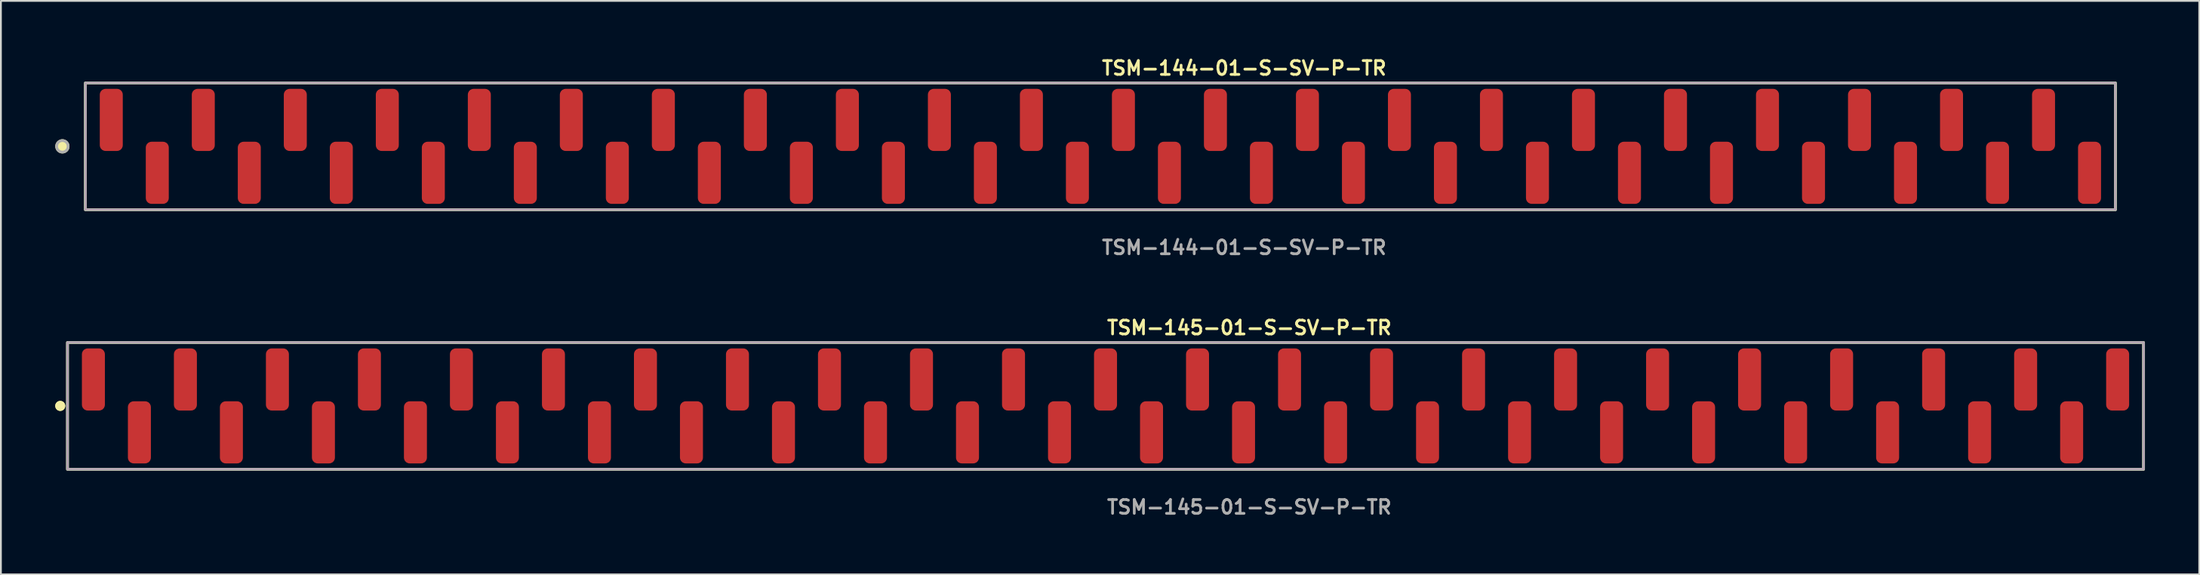
<source format=kicad_pcb>
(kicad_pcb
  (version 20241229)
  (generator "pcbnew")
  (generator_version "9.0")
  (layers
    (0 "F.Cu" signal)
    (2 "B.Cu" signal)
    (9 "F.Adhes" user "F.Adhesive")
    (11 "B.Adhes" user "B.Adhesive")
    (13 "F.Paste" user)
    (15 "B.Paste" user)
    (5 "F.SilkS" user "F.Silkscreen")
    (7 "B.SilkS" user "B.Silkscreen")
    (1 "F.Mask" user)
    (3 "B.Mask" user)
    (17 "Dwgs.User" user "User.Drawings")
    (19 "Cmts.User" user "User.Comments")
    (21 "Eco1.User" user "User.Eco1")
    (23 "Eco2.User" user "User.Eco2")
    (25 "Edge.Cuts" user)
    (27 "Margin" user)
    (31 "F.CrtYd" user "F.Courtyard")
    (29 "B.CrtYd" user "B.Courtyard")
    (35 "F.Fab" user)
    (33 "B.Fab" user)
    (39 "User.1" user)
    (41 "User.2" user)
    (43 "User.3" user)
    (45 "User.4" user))
  (footprint "TSM-144-01-S-SV-P-TR"
    (layer "F.Cu")
    (at 57.704 5.031)
    (property "Reference" "TSM-144-01-S-SV-P-TR" (at 0 -4.318 0) (unlocked yes) (layer "F.SilkS") (effects (font (size 0.762 0.762) (thickness 0.152)) (justify left)))
    (fp_rect (start -56.04 3.5) (end 56.04 -3.5) (stroke (width 0.152) (type solid)) (fill no) (layer "F.SilkS"))
    (fp_circle (center -57.31 0) (end -57.627 0) (stroke (width 0.152) (type solid)) (fill yes) (layer "F.SilkS"))
    (fp_rect (start -56.04 3.5) (end 56.04 -3.5) (stroke (width 0.006) (type solid)) (fill no) (layer "F.CrtYd"))
    (fp_rect (start -56.04 3.5) (end 56.04 -3.5) (stroke (width 0.152) (type solid)) (fill no) (layer "F.Fab"))
    (fp_circle (center -57.31 0) (end -57.627 0) (stroke (width 0.152) (type solid)) (fill no) (layer "F.Fab"))
    (fp_text user "${REFERENCE}" (at 0 5.588 0) (unlocked yes) (layer "F.Fab") (effects (font (size 0.762 0.762) (thickness 0.152)) (justify left)))
    (pad "1" smd roundrect (at -54.61 -1.46) (size 1.27 3.43) (layers "F.Cu" "F.Paste") (roundrect_rratio 0.25))
    (pad "2" smd roundrect (at -52.07 1.46) (size 1.27 3.43) (layers "F.Cu" "F.Paste") (roundrect_rratio 0.25))
    (pad "3" smd roundrect (at -49.53 -1.46) (size 1.27 3.43) (layers "F.Cu" "F.Paste") (roundrect_rratio 0.25))
    (pad "4" smd roundrect (at -46.99 1.46) (size 1.27 3.43) (layers "F.Cu" "F.Paste") (roundrect_rratio 0.25))
    (pad "5" smd roundrect (at -44.45 -1.46) (size 1.27 3.43) (layers "F.Cu" "F.Paste") (roundrect_rratio 0.25))
    (pad "6" smd roundrect (at -41.91 1.46) (size 1.27 3.43) (layers "F.Cu" "F.Paste") (roundrect_rratio 0.25))
    (pad "7" smd roundrect (at -39.37 -1.46) (size 1.27 3.43) (layers "F.Cu" "F.Paste") (roundrect_rratio 0.25))
    (pad "8" smd roundrect (at -36.83 1.46) (size 1.27 3.43) (layers "F.Cu" "F.Paste") (roundrect_rratio 0.25))
    (pad "9" smd roundrect (at -34.29 -1.46) (size 1.27 3.43) (layers "F.Cu" "F.Paste") (roundrect_rratio 0.25))
    (pad "10" smd roundrect (at -31.75 1.46) (size 1.27 3.43) (layers "F.Cu" "F.Paste") (roundrect_rratio 0.25))
    (pad "11" smd roundrect (at -29.21 -1.46) (size 1.27 3.43) (layers "F.Cu" "F.Paste") (roundrect_rratio 0.25))
    (pad "12" smd roundrect (at -26.67 1.46) (size 1.27 3.43) (layers "F.Cu" "F.Paste") (roundrect_rratio 0.25))
    (pad "13" smd roundrect (at -24.13 -1.46) (size 1.27 3.43) (layers "F.Cu" "F.Paste") (roundrect_rratio 0.25))
    (pad "14" smd roundrect (at -21.59 1.46) (size 1.27 3.43) (layers "F.Cu" "F.Paste") (roundrect_rratio 0.25))
    (pad "15" smd roundrect (at -19.05 -1.46) (size 1.27 3.43) (layers "F.Cu" "F.Paste") (roundrect_rratio 0.25))
    (pad "16" smd roundrect (at -16.51 1.46) (size 1.27 3.43) (layers "F.Cu" "F.Paste") (roundrect_rratio 0.25))
    (pad "17" smd roundrect (at -13.97 -1.46) (size 1.27 3.43) (layers "F.Cu" "F.Paste") (roundrect_rratio 0.25))
    (pad "18" smd roundrect (at -11.43 1.46) (size 1.27 3.43) (layers "F.Cu" "F.Paste") (roundrect_rratio 0.25))
    (pad "19" smd roundrect (at -8.89 -1.46) (size 1.27 3.43) (layers "F.Cu" "F.Paste") (roundrect_rratio 0.25))
    (pad "20" smd roundrect (at -6.35 1.46) (size 1.27 3.43) (layers "F.Cu" "F.Paste") (roundrect_rratio 0.25))
    (pad "21" smd roundrect (at -3.81 -1.46) (size 1.27 3.43) (layers "F.Cu" "F.Paste") (roundrect_rratio 0.25))
    (pad "22" smd roundrect (at -1.27 1.46) (size 1.27 3.43) (layers "F.Cu" "F.Paste") (roundrect_rratio 0.25))
    (pad "23" smd roundrect (at 1.27 -1.46) (size 1.27 3.43) (layers "F.Cu" "F.Paste") (roundrect_rratio 0.25))
    (pad "24" smd roundrect (at 3.81 1.46) (size 1.27 3.43) (layers "F.Cu" "F.Paste") (roundrect_rratio 0.25))
    (pad "25" smd roundrect (at 6.35 -1.46) (size 1.27 3.43) (layers "F.Cu" "F.Paste") (roundrect_rratio 0.25))
    (pad "26" smd roundrect (at 8.89 1.46) (size 1.27 3.43) (layers "F.Cu" "F.Paste") (roundrect_rratio 0.25))
    (pad "27" smd roundrect (at 11.43 -1.46) (size 1.27 3.43) (layers "F.Cu" "F.Paste") (roundrect_rratio 0.25))
    (pad "28" smd roundrect (at 13.97 1.46) (size 1.27 3.43) (layers "F.Cu" "F.Paste") (roundrect_rratio 0.25))
    (pad "29" smd roundrect (at 16.51 -1.46) (size 1.27 3.43) (layers "F.Cu" "F.Paste") (roundrect_rratio 0.25))
    (pad "30" smd roundrect (at 19.05 1.46) (size 1.27 3.43) (layers "F.Cu" "F.Paste") (roundrect_rratio 0.25))
    (pad "31" smd roundrect (at 21.59 -1.46) (size 1.27 3.43) (layers "F.Cu" "F.Paste") (roundrect_rratio 0.25))
    (pad "32" smd roundrect (at 24.13 1.46) (size 1.27 3.43) (layers "F.Cu" "F.Paste") (roundrect_rratio 0.25))
    (pad "33" smd roundrect (at 26.67 -1.46) (size 1.27 3.43) (layers "F.Cu" "F.Paste") (roundrect_rratio 0.25))
    (pad "34" smd roundrect (at 29.21 1.46) (size 1.27 3.43) (layers "F.Cu" "F.Paste") (roundrect_rratio 0.25))
    (pad "35" smd roundrect (at 31.75 -1.46) (size 1.27 3.43) (layers "F.Cu" "F.Paste") (roundrect_rratio 0.25))
    (pad "36" smd roundrect (at 34.29 1.46) (size 1.27 3.43) (layers "F.Cu" "F.Paste") (roundrect_rratio 0.25))
    (pad "37" smd roundrect (at 36.83 -1.46) (size 1.27 3.43) (layers "F.Cu" "F.Paste") (roundrect_rratio 0.25))
    (pad "38" smd roundrect (at 39.37 1.46) (size 1.27 3.43) (layers "F.Cu" "F.Paste") (roundrect_rratio 0.25))
    (pad "39" smd roundrect (at 41.91 -1.46) (size 1.27 3.43) (layers "F.Cu" "F.Paste") (roundrect_rratio 0.25))
    (pad "40" smd roundrect (at 44.45 1.46) (size 1.27 3.43) (layers "F.Cu" "F.Paste") (roundrect_rratio 0.25))
    (pad "41" smd roundrect (at 46.99 -1.46) (size 1.27 3.43) (layers "F.Cu" "F.Paste") (roundrect_rratio 0.25))
    (pad "42" smd roundrect (at 49.53 1.46) (size 1.27 3.43) (layers "F.Cu" "F.Paste") (roundrect_rratio 0.25))
    (pad "43" smd roundrect (at 52.07 -1.46) (size 1.27 3.43) (layers "F.Cu" "F.Paste") (roundrect_rratio 0.25))
    (pad "44" smd roundrect (at 54.61 1.46) (size 1.27 3.43) (layers "F.Cu" "F.Paste") (roundrect_rratio 0.25)))
  (footprint "TSM-145-01-S-SV-P-TR"
    (layer "F.Cu")
    (at 57.986 19.364)
    (property "Reference" "TSM-145-01-S-SV-P-TR" (at 0 -4.318 0) (unlocked yes) (layer "F.SilkS") (effects (font (size 0.762 0.762) (thickness 0.152)) (justify left)))
    (fp_rect (start -57.31 3.5) (end 57.31 -3.5) (stroke (width 0.152) (type solid)) (fill no) (layer "F.SilkS"))
    (fp_circle (center -57.71 0) (end -57.91 0) (stroke (width 0.152) (type solid)) (fill yes) (layer "F.SilkS"))
    (fp_circle (center -57.71 0) (end -57.91 0) (stroke (width 0.152) (type solid)) (fill yes) (layer "F.SilkS"))
    (fp_rect (start -57.31 3.5) (end 57.31 -3.5) (stroke (width 0.006) (type solid)) (fill no) (layer "F.CrtYd"))
    (fp_rect (start -57.31 3.5) (end 57.31 -3.5) (stroke (width 0.152) (type solid)) (fill no) (layer "F.Fab"))
    (fp_text user "${REFERENCE}" (at 0 5.588 0) (unlocked yes) (layer "F.Fab") (effects (font (size 0.762 0.762) (thickness 0.152)) (justify left)))
    (pad "1" smd roundrect (at -55.88 -1.46) (size 1.27 3.43) (layers "F.Cu" "F.Paste") (roundrect_rratio 0.25))
    (pad "2" smd roundrect (at -53.34 1.46) (size 1.27 3.43) (layers "F.Cu" "F.Paste") (roundrect_rratio 0.25))
    (pad "3" smd roundrect (at -50.8 -1.46) (size 1.27 3.43) (layers "F.Cu" "F.Paste") (roundrect_rratio 0.25))
    (pad "4" smd roundrect (at -48.26 1.46) (size 1.27 3.43) (layers "F.Cu" "F.Paste") (roundrect_rratio 0.25))
    (pad "5" smd roundrect (at -45.72 -1.46) (size 1.27 3.43) (layers "F.Cu" "F.Paste") (roundrect_rratio 0.25))
    (pad "6" smd roundrect (at -43.18 1.46) (size 1.27 3.43) (layers "F.Cu" "F.Paste") (roundrect_rratio 0.25))
    (pad "7" smd roundrect (at -40.64 -1.46) (size 1.27 3.43) (layers "F.Cu" "F.Paste") (roundrect_rratio 0.25))
    (pad "8" smd roundrect (at -38.1 1.46) (size 1.27 3.43) (layers "F.Cu" "F.Paste") (roundrect_rratio 0.25))
    (pad "9" smd roundrect (at -35.56 -1.46) (size 1.27 3.43) (layers "F.Cu" "F.Paste") (roundrect_rratio 0.25))
    (pad "10" smd roundrect (at -33.02 1.46) (size 1.27 3.43) (layers "F.Cu" "F.Paste") (roundrect_rratio 0.25))
    (pad "11" smd roundrect (at -30.48 -1.46) (size 1.27 3.43) (layers "F.Cu" "F.Paste") (roundrect_rratio 0.25))
    (pad "12" smd roundrect (at -27.94 1.46) (size 1.27 3.43) (layers "F.Cu" "F.Paste") (roundrect_rratio 0.25))
    (pad "13" smd roundrect (at -25.4 -1.46) (size 1.27 3.43) (layers "F.Cu" "F.Paste") (roundrect_rratio 0.25))
    (pad "14" smd roundrect (at -22.86 1.46) (size 1.27 3.43) (layers "F.Cu" "F.Paste") (roundrect_rratio 0.25))
    (pad "15" smd roundrect (at -20.32 -1.46) (size 1.27 3.43) (layers "F.Cu" "F.Paste") (roundrect_rratio 0.25))
    (pad "16" smd roundrect (at -17.78 1.46) (size 1.27 3.43) (layers "F.Cu" "F.Paste") (roundrect_rratio 0.25))
    (pad "17" smd roundrect (at -15.24 -1.46) (size 1.27 3.43) (layers "F.Cu" "F.Paste") (roundrect_rratio 0.25))
    (pad "18" smd roundrect (at -12.7 1.46) (size 1.27 3.43) (layers "F.Cu" "F.Paste") (roundrect_rratio 0.25))
    (pad "19" smd roundrect (at -10.16 -1.46) (size 1.27 3.43) (layers "F.Cu" "F.Paste") (roundrect_rratio 0.25))
    (pad "20" smd roundrect (at -7.62 1.46) (size 1.27 3.43) (layers "F.Cu" "F.Paste") (roundrect_rratio 0.25))
    (pad "21" smd roundrect (at -5.08 -1.46) (size 1.27 3.43) (layers "F.Cu" "F.Paste") (roundrect_rratio 0.25))
    (pad "22" smd roundrect (at -2.54 1.46) (size 1.27 3.43) (layers "F.Cu" "F.Paste") (roundrect_rratio 0.25))
    (pad "23" smd roundrect (at 0 -1.46) (size 1.27 3.43) (layers "F.Cu" "F.Paste") (roundrect_rratio 0.25))
    (pad "24" smd roundrect (at 2.54 1.46) (size 1.27 3.43) (layers "F.Cu" "F.Paste") (roundrect_rratio 0.25))
    (pad "25" smd roundrect (at 5.08 -1.46) (size 1.27 3.43) (layers "F.Cu" "F.Paste") (roundrect_rratio 0.25))
    (pad "26" smd roundrect (at 7.62 1.46) (size 1.27 3.43) (layers "F.Cu" "F.Paste") (roundrect_rratio 0.25))
    (pad "27" smd roundrect (at 10.16 -1.46) (size 1.27 3.43) (layers "F.Cu" "F.Paste") (roundrect_rratio 0.25))
    (pad "28" smd roundrect (at 12.7 1.46) (size 1.27 3.43) (layers "F.Cu" "F.Paste") (roundrect_rratio 0.25))
    (pad "29" smd roundrect (at 15.24 -1.46) (size 1.27 3.43) (layers "F.Cu" "F.Paste") (roundrect_rratio 0.25))
    (pad "30" smd roundrect (at 17.78 1.46) (size 1.27 3.43) (layers "F.Cu" "F.Paste") (roundrect_rratio 0.25))
    (pad "31" smd roundrect (at 20.32 -1.46) (size 1.27 3.43) (layers "F.Cu" "F.Paste") (roundrect_rratio 0.25))
    (pad "32" smd roundrect (at 22.86 1.46) (size 1.27 3.43) (layers "F.Cu" "F.Paste") (roundrect_rratio 0.25))
    (pad "33" smd roundrect (at 25.4 -1.46) (size 1.27 3.43) (layers "F.Cu" "F.Paste") (roundrect_rratio 0.25))
    (pad "34" smd roundrect (at 27.94 1.46) (size 1.27 3.43) (layers "F.Cu" "F.Paste") (roundrect_rratio 0.25))
    (pad "35" smd roundrect (at 30.48 -1.46) (size 1.27 3.43) (layers "F.Cu" "F.Paste") (roundrect_rratio 0.25))
    (pad "36" smd roundrect (at 33.02 1.46) (size 1.27 3.43) (layers "F.Cu" "F.Paste") (roundrect_rratio 0.25))
    (pad "37" smd roundrect (at 35.56 -1.46) (size 1.27 3.43) (layers "F.Cu" "F.Paste") (roundrect_rratio 0.25))
    (pad "38" smd roundrect (at 38.1 1.46) (size 1.27 3.43) (layers "F.Cu" "F.Paste") (roundrect_rratio 0.25))
    (pad "39" smd roundrect (at 40.64 -1.46) (size 1.27 3.43) (layers "F.Cu" "F.Paste") (roundrect_rratio 0.25))
    (pad "40" smd roundrect (at 43.18 1.46) (size 1.27 3.43) (layers "F.Cu" "F.Paste") (roundrect_rratio 0.25))
    (pad "41" smd roundrect (at 45.72 -1.46) (size 1.27 3.43) (layers "F.Cu" "F.Paste") (roundrect_rratio 0.25))
    (pad "42" smd roundrect (at 48.26 1.46) (size 1.27 3.43) (layers "F.Cu" "F.Paste") (roundrect_rratio 0.25))
    (pad "43" smd roundrect (at 50.8 -1.46) (size 1.27 3.43) (layers "F.Cu" "F.Paste") (roundrect_rratio 0.25))
    (pad "44" smd roundrect (at 53.34 1.46) (size 1.27 3.43) (layers "F.Cu" "F.Paste") (roundrect_rratio 0.25))
    (pad "45" smd roundrect (at 55.88 -1.46) (size 1.27 3.43) (layers "F.Cu" "F.Paste") (roundrect_rratio 0.25)))
  (gr_rect
    (start -3 -3)
    (end 118.372 28.665)
    (stroke (width 0.1) (type default))
    (fill no)
    (layer "Edge.Cuts")))
</source>
